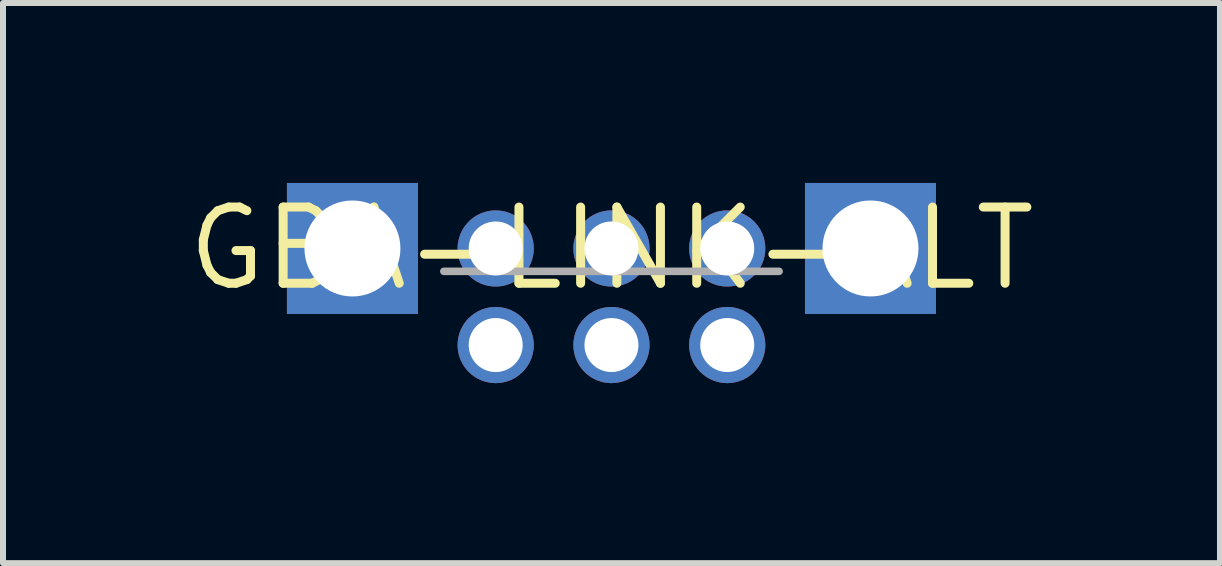
<source format=kicad_pcb>
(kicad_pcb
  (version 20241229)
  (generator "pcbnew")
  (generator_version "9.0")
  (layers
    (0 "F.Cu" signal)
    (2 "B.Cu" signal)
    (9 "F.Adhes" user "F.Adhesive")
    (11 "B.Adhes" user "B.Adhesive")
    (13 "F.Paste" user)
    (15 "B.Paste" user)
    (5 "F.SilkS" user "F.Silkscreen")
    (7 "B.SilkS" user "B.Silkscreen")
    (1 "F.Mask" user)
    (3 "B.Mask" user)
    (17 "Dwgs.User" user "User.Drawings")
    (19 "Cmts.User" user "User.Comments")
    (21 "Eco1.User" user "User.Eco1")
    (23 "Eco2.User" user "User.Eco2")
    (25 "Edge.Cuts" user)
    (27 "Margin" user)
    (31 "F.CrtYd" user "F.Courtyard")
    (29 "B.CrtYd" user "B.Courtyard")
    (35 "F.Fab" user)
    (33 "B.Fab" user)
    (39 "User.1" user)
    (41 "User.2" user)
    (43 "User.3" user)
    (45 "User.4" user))
  (footprint "GBA-LINK-ALT"
    (layer "F.Cu")
    (at 7.143 1.092)
    (property "Reference" "GBA-LINK-ALT" (at 0 0 0) (layer "F.SilkS") (effects (font (size 1.27 1.27) (thickness 0.15))))
    (attr through_hole)
    (fp_line (start -2.794 0.381) (end 2.794 0.381) (stroke (width 0.127) (type solid)) (layer "F.Fab"))
    (pad "GND" thru_hole circle (at -1.93 1.61 270) (size 1.27 1.27) (drill 0.9) (layers "*.Cu" "*.Mask"))
    (pad "S$1" thru_hole rect (at -4.318 0 90) (size 2.184 2.184) (drill 1.6) (layers "*.Cu" "*.Mask"))
    (pad "S$2" thru_hole rect (at 4.318 0 90) (size 2.184 2.184) (drill 1.6) (layers "*.Cu" "*.Mask"))
    (pad "SC" thru_hole circle (at -1.93 0 90) (size 1.27 1.27) (drill 0.9) (layers "*.Cu" "*.Mask"))
    (pad "SD" thru_hole circle (at 0 1.61 270) (size 1.27 1.27) (drill 0.9) (layers "*.Cu" "*.Mask"))
    (pad "SI" thru_hole circle (at 0 0 90) (size 1.27 1.27) (drill 0.9) (layers "*.Cu" "*.Mask"))
    (pad "SO" thru_hole circle (at 1.93 1.61 270) (size 1.27 1.27) (drill 0.9) (layers "*.Cu" "*.Mask"))
    (pad "VCC" thru_hole circle (at 1.93 0 90) (size 1.27 1.27) (drill 0.9) (layers "*.Cu" "*.Mask")))
  (gr_rect
    (start -3 -3)
    (end 17.287 6.337)
    (stroke (width 0.1) (type default))
    (fill no)
    (layer "Edge.Cuts")))
</source>
